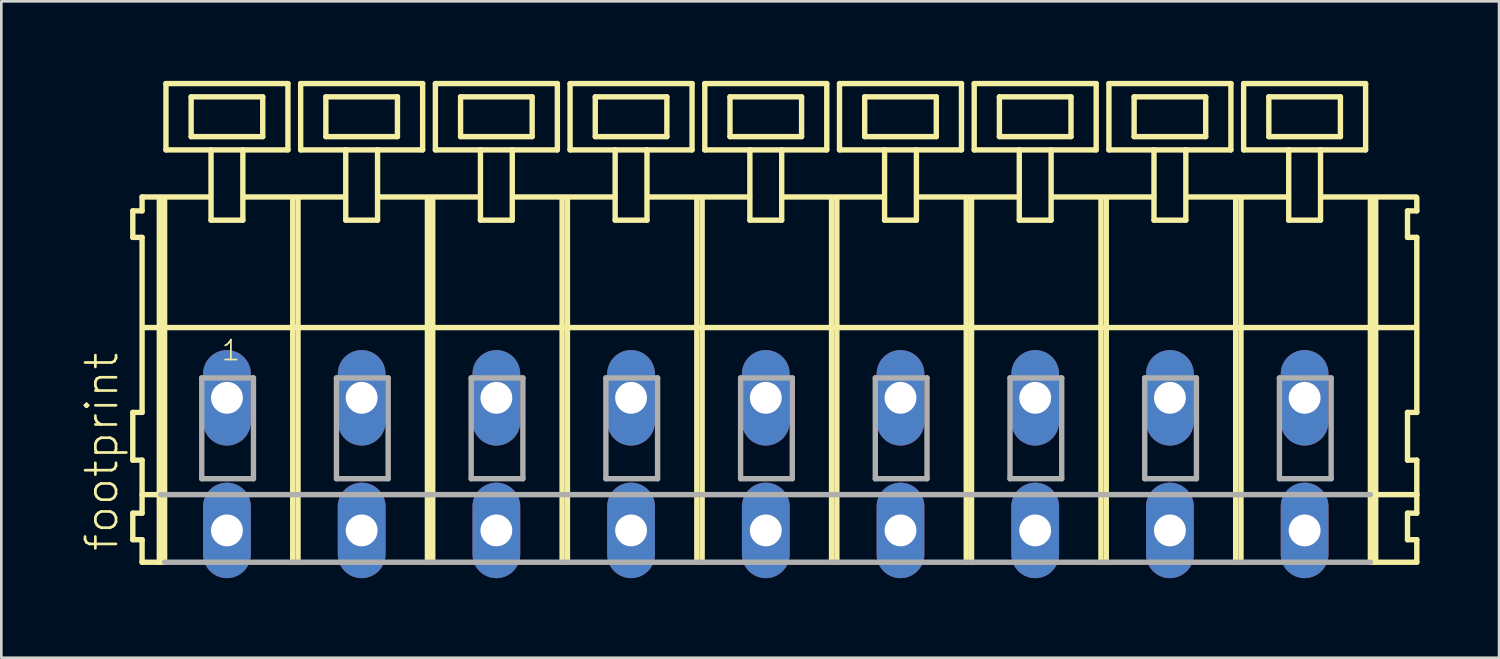
<source format=kicad_pcb>
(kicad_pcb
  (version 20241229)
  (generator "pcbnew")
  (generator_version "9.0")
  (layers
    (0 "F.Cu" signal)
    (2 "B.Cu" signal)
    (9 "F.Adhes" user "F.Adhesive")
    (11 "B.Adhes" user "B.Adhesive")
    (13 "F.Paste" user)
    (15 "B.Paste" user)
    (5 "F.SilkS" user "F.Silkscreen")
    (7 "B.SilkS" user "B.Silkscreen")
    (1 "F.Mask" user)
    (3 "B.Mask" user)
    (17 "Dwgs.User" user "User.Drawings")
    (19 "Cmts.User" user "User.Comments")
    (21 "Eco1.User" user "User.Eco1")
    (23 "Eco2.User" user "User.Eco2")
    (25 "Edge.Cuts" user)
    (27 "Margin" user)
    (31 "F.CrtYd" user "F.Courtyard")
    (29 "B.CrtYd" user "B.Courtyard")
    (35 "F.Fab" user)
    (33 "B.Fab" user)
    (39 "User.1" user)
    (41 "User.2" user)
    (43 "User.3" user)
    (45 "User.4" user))
  (footprint "footprint"
    (layer "F.Cu")
    (at 23.288 11.952)
    (property "Reference" "footprint" (at -21.815 5.855 90) (layer "F.SilkS") (effects (font (size 1.168 1.168) (thickness 0.102)) (justify left bottom)))
    (fp_line (start -21.33 -7.05) (end -21.33 -6.05) (stroke (width 0.203) (type solid)) (layer "F.SilkS"))
    (fp_line (start -21.33 -6.05) (end -20.98 -6.05) (stroke (width 0.203) (type solid)) (layer "F.SilkS"))
    (fp_line (start -21.33 0.55) (end -21.33 2.35) (stroke (width 0.203) (type solid)) (layer "F.SilkS"))
    (fp_line (start -21.33 2.35) (end -20.98 2.35) (stroke (width 0.203) (type solid)) (layer "F.SilkS"))
    (fp_line (start -21.33 4.35) (end -21.33 5.35) (stroke (width 0.203) (type solid)) (layer "F.SilkS"))
    (fp_line (start -21.33 5.35) (end -20.98 5.35) (stroke (width 0.203) (type solid)) (layer "F.SilkS"))
    (fp_line (start -20.98 -7.575) (end -20.98 -7.05) (stroke (width 0.203) (type solid)) (layer "F.SilkS"))
    (fp_line (start -20.98 -7.575) (end -18.405 -7.575) (stroke (width 0.203) (type solid)) (layer "F.SilkS"))
    (fp_line (start -20.98 -7.05) (end -21.33 -7.05) (stroke (width 0.203) (type solid)) (layer "F.SilkS"))
    (fp_line (start -20.98 -6.05) (end -20.98 0.55) (stroke (width 0.203) (type solid)) (layer "F.SilkS"))
    (fp_line (start -20.98 0.55) (end -21.33 0.55) (stroke (width 0.203) (type solid)) (layer "F.SilkS"))
    (fp_line (start -20.98 2.35) (end -20.98 4.35) (stroke (width 0.203) (type solid)) (layer "F.SilkS"))
    (fp_line (start -20.98 3.65) (end -20.28 3.65) (stroke (width 0.203) (type solid)) (layer "F.SilkS"))
    (fp_line (start -20.98 4.35) (end -21.33 4.35) (stroke (width 0.203) (type solid)) (layer "F.SilkS"))
    (fp_line (start -20.98 5.35) (end -20.98 6.2) (stroke (width 0.203) (type solid)) (layer "F.SilkS"))
    (fp_line (start -20.98 6.2) (end -20.33 6.2) (stroke (width 0.203) (type solid)) (layer "F.SilkS"))
    (fp_line (start -20.93 -2.65) (end 25.34 -2.65) (stroke (width 0.203) (type solid)) (layer "F.SilkS"))
    (fp_line (start -20.33 -7.55) (end -20.33 6.2) (stroke (width 0.203) (type solid)) (layer "F.SilkS"))
    (fp_line (start -20.33 6.2) (end -20.13 6.2) (stroke (width 0.203) (type solid)) (layer "F.SilkS"))
    (fp_line (start -20.13 -7.55) (end -20.13 6.2) (stroke (width 0.203) (type solid)) (layer "F.SilkS"))
    (fp_line (start -20.08 -11.85) (end -20.08 -9.35) (stroke (width 0.203) (type solid)) (layer "F.SilkS"))
    (fp_line (start -20.08 -9.35) (end -18.38 -9.35) (stroke (width 0.203) (type solid)) (layer "F.SilkS"))
    (fp_line (start -19.13 -11.35) (end -19.13 -9.85) (stroke (width 0.203) (type solid)) (layer "F.SilkS"))
    (fp_line (start -19.13 -9.85) (end -16.43 -9.85) (stroke (width 0.203) (type solid)) (layer "F.SilkS"))
    (fp_line (start -18.38 -9.35) (end -18.38 -6.7) (stroke (width 0.203) (type solid)) (layer "F.SilkS"))
    (fp_line (start -18.38 -9.35) (end -17.18 -9.35) (stroke (width 0.203) (type solid)) (layer "F.SilkS"))
    (fp_line (start -18.38 -6.7) (end -17.18 -6.7) (stroke (width 0.203) (type solid)) (layer "F.SilkS"))
    (fp_line (start -17.18 -9.35) (end -15.48 -9.35) (stroke (width 0.203) (type solid)) (layer "F.SilkS"))
    (fp_line (start -17.18 -6.7) (end -17.18 -9.35) (stroke (width 0.203) (type solid)) (layer "F.SilkS"))
    (fp_line (start -17.155 -7.575) (end -13.321 -7.575) (stroke (width 0.203) (type solid)) (layer "F.SilkS"))
    (fp_line (start -16.43 -11.35) (end -19.13 -11.35) (stroke (width 0.203) (type solid)) (layer "F.SilkS"))
    (fp_line (start -16.43 -9.85) (end -16.43 -11.35) (stroke (width 0.203) (type solid)) (layer "F.SilkS"))
    (fp_line (start -15.48 -11.85) (end -20.08 -11.85) (stroke (width 0.203) (type solid)) (layer "F.SilkS"))
    (fp_line (start -15.48 -9.35) (end -15.48 -11.85) (stroke (width 0.203) (type solid)) (layer "F.SilkS"))
    (fp_line (start -15.3 -7.55) (end -15.3 6.2) (stroke (width 0.203) (type solid)) (layer "F.SilkS"))
    (fp_line (start -15.1 -7.55) (end -15.1 6.2) (stroke (width 0.203) (type solid)) (layer "F.SilkS"))
    (fp_line (start -15 -11.85) (end -15 -9.35) (stroke (width 0.203) (type solid)) (layer "F.SilkS"))
    (fp_line (start -15 -9.35) (end -13.3 -9.35) (stroke (width 0.203) (type solid)) (layer "F.SilkS"))
    (fp_line (start -14.05 -11.35) (end -14.05 -9.85) (stroke (width 0.203) (type solid)) (layer "F.SilkS"))
    (fp_line (start -14.05 -9.85) (end -11.35 -9.85) (stroke (width 0.203) (type solid)) (layer "F.SilkS"))
    (fp_line (start -13.3 -9.35) (end -13.3 -6.7) (stroke (width 0.203) (type solid)) (layer "F.SilkS"))
    (fp_line (start -13.3 -9.35) (end -12.1 -9.35) (stroke (width 0.203) (type solid)) (layer "F.SilkS"))
    (fp_line (start -13.3 -6.7) (end -12.1 -6.7) (stroke (width 0.203) (type solid)) (layer "F.SilkS"))
    (fp_line (start -12.1 -9.35) (end -10.4 -9.35) (stroke (width 0.203) (type solid)) (layer "F.SilkS"))
    (fp_line (start -12.1 -6.7) (end -12.1 -9.35) (stroke (width 0.203) (type solid)) (layer "F.SilkS"))
    (fp_line (start -12.075 -7.575) (end -8.23 -7.575) (stroke (width 0.203) (type solid)) (layer "F.SilkS"))
    (fp_line (start -11.35 -11.35) (end -14.05 -11.35) (stroke (width 0.203) (type solid)) (layer "F.SilkS"))
    (fp_line (start -11.35 -9.85) (end -11.35 -11.35) (stroke (width 0.203) (type solid)) (layer "F.SilkS"))
    (fp_line (start -10.4 -11.85) (end -15 -11.85) (stroke (width 0.203) (type solid)) (layer "F.SilkS"))
    (fp_line (start -10.4 -9.35) (end -10.4 -11.85) (stroke (width 0.203) (type solid)) (layer "F.SilkS"))
    (fp_line (start -10.22 -7.55) (end -10.22 6.2) (stroke (width 0.203) (type solid)) (layer "F.SilkS"))
    (fp_line (start -10.02 -7.55) (end -10.02 6.2) (stroke (width 0.203) (type solid)) (layer "F.SilkS"))
    (fp_line (start -9.92 -11.85) (end -9.92 -9.35) (stroke (width 0.203) (type solid)) (layer "F.SilkS"))
    (fp_line (start -9.92 -9.35) (end -8.22 -9.35) (stroke (width 0.203) (type solid)) (layer "F.SilkS"))
    (fp_line (start -8.97 -11.35) (end -8.97 -9.85) (stroke (width 0.203) (type solid)) (layer "F.SilkS"))
    (fp_line (start -8.97 -9.85) (end -6.27 -9.85) (stroke (width 0.203) (type solid)) (layer "F.SilkS"))
    (fp_line (start -8.22 -9.35) (end -8.22 -6.7) (stroke (width 0.203) (type solid)) (layer "F.SilkS"))
    (fp_line (start -8.22 -9.35) (end -7.02 -9.35) (stroke (width 0.203) (type solid)) (layer "F.SilkS"))
    (fp_line (start -8.22 -6.7) (end -7.02 -6.7) (stroke (width 0.203) (type solid)) (layer "F.SilkS"))
    (fp_line (start -7.02 -9.35) (end -5.32 -9.35) (stroke (width 0.203) (type solid)) (layer "F.SilkS"))
    (fp_line (start -7.02 -6.7) (end -7.02 -9.35) (stroke (width 0.203) (type solid)) (layer "F.SilkS"))
    (fp_line (start -6.995 -7.575) (end -3.15 -7.575) (stroke (width 0.203) (type solid)) (layer "F.SilkS"))
    (fp_line (start -6.27 -11.35) (end -8.97 -11.35) (stroke (width 0.203) (type solid)) (layer "F.SilkS"))
    (fp_line (start -6.27 -9.85) (end -6.27 -11.35) (stroke (width 0.203) (type solid)) (layer "F.SilkS"))
    (fp_line (start -5.32 -11.85) (end -9.92 -11.85) (stroke (width 0.203) (type solid)) (layer "F.SilkS"))
    (fp_line (start -5.32 -9.35) (end -5.32 -11.85) (stroke (width 0.203) (type solid)) (layer "F.SilkS"))
    (fp_line (start -5.14 -7.55) (end -5.14 6.2) (stroke (width 0.203) (type solid)) (layer "F.SilkS"))
    (fp_line (start -4.94 -7.55) (end -4.94 6.2) (stroke (width 0.203) (type solid)) (layer "F.SilkS"))
    (fp_line (start -4.84 -11.85) (end -4.84 -9.35) (stroke (width 0.203) (type solid)) (layer "F.SilkS"))
    (fp_line (start -4.84 -9.35) (end -3.14 -9.35) (stroke (width 0.203) (type solid)) (layer "F.SilkS"))
    (fp_line (start -3.89 -11.35) (end -3.89 -9.85) (stroke (width 0.203) (type solid)) (layer "F.SilkS"))
    (fp_line (start -3.89 -9.85) (end -1.19 -9.85) (stroke (width 0.203) (type solid)) (layer "F.SilkS"))
    (fp_line (start -3.14 -9.35) (end -3.14 -6.7) (stroke (width 0.203) (type solid)) (layer "F.SilkS"))
    (fp_line (start -3.14 -9.35) (end -1.94 -9.35) (stroke (width 0.203) (type solid)) (layer "F.SilkS"))
    (fp_line (start -3.14 -6.7) (end -1.94 -6.7) (stroke (width 0.203) (type solid)) (layer "F.SilkS"))
    (fp_line (start -1.94 -9.35) (end -0.24 -9.35) (stroke (width 0.203) (type solid)) (layer "F.SilkS"))
    (fp_line (start -1.94 -6.7) (end -1.94 -9.35) (stroke (width 0.203) (type solid)) (layer "F.SilkS"))
    (fp_line (start -1.915 -7.575) (end 1.93 -7.575) (stroke (width 0.203) (type solid)) (layer "F.SilkS"))
    (fp_line (start -1.19 -11.35) (end -3.89 -11.35) (stroke (width 0.203) (type solid)) (layer "F.SilkS"))
    (fp_line (start -1.19 -9.85) (end -1.19 -11.35) (stroke (width 0.203) (type solid)) (layer "F.SilkS"))
    (fp_line (start -0.24 -11.85) (end -4.84 -11.85) (stroke (width 0.203) (type solid)) (layer "F.SilkS"))
    (fp_line (start -0.24 -9.35) (end -0.24 -11.85) (stroke (width 0.203) (type solid)) (layer "F.SilkS"))
    (fp_line (start -0.06 -7.55) (end -0.06 6.2) (stroke (width 0.203) (type solid)) (layer "F.SilkS"))
    (fp_line (start 0.14 -7.55) (end 0.14 6.2) (stroke (width 0.203) (type solid)) (layer "F.SilkS"))
    (fp_line (start 0.24 -11.85) (end 0.24 -9.35) (stroke (width 0.203) (type solid)) (layer "F.SilkS"))
    (fp_line (start 0.24 -9.35) (end 1.94 -9.35) (stroke (width 0.203) (type solid)) (layer "F.SilkS"))
    (fp_line (start 1.19 -11.35) (end 1.19 -9.85) (stroke (width 0.203) (type solid)) (layer "F.SilkS"))
    (fp_line (start 1.19 -9.85) (end 3.89 -9.85) (stroke (width 0.203) (type solid)) (layer "F.SilkS"))
    (fp_line (start 1.94 -9.35) (end 1.94 -6.7) (stroke (width 0.203) (type solid)) (layer "F.SilkS"))
    (fp_line (start 1.94 -9.35) (end 3.14 -9.35) (stroke (width 0.203) (type solid)) (layer "F.SilkS"))
    (fp_line (start 1.94 -6.7) (end 3.14 -6.7) (stroke (width 0.203) (type solid)) (layer "F.SilkS"))
    (fp_line (start 3.14 -9.35) (end 4.84 -9.35) (stroke (width 0.203) (type solid)) (layer "F.SilkS"))
    (fp_line (start 3.14 -6.7) (end 3.14 -9.35) (stroke (width 0.203) (type solid)) (layer "F.SilkS"))
    (fp_line (start 3.165 -7.575) (end 7.01 -7.575) (stroke (width 0.203) (type solid)) (layer "F.SilkS"))
    (fp_line (start 3.89 -11.35) (end 1.19 -11.35) (stroke (width 0.203) (type solid)) (layer "F.SilkS"))
    (fp_line (start 3.89 -9.85) (end 3.89 -11.35) (stroke (width 0.203) (type solid)) (layer "F.SilkS"))
    (fp_line (start 4.84 -11.85) (end 0.24 -11.85) (stroke (width 0.203) (type solid)) (layer "F.SilkS"))
    (fp_line (start 4.84 -9.35) (end 4.84 -11.85) (stroke (width 0.203) (type solid)) (layer "F.SilkS"))
    (fp_line (start 5.02 -7.55) (end 5.02 6.2) (stroke (width 0.203) (type solid)) (layer "F.SilkS"))
    (fp_line (start 5.22 -7.55) (end 5.22 6.2) (stroke (width 0.203) (type solid)) (layer "F.SilkS"))
    (fp_line (start 5.32 -11.85) (end 5.32 -9.35) (stroke (width 0.203) (type solid)) (layer "F.SilkS"))
    (fp_line (start 5.32 -9.35) (end 7.02 -9.35) (stroke (width 0.203) (type solid)) (layer "F.SilkS"))
    (fp_line (start 6.27 -11.35) (end 6.27 -9.85) (stroke (width 0.203) (type solid)) (layer "F.SilkS"))
    (fp_line (start 6.27 -9.85) (end 8.97 -9.85) (stroke (width 0.203) (type solid)) (layer "F.SilkS"))
    (fp_line (start 7.02 -9.35) (end 7.02 -6.7) (stroke (width 0.203) (type solid)) (layer "F.SilkS"))
    (fp_line (start 7.02 -9.35) (end 8.22 -9.35) (stroke (width 0.203) (type solid)) (layer "F.SilkS"))
    (fp_line (start 7.02 -6.7) (end 8.22 -6.7) (stroke (width 0.203) (type solid)) (layer "F.SilkS"))
    (fp_line (start 8.22 -9.35) (end 9.92 -9.35) (stroke (width 0.203) (type solid)) (layer "F.SilkS"))
    (fp_line (start 8.22 -6.7) (end 8.22 -9.35) (stroke (width 0.203) (type solid)) (layer "F.SilkS"))
    (fp_line (start 8.245 -7.575) (end 12.09 -7.575) (stroke (width 0.203) (type solid)) (layer "F.SilkS"))
    (fp_line (start 8.97 -11.35) (end 6.27 -11.35) (stroke (width 0.203) (type solid)) (layer "F.SilkS"))
    (fp_line (start 8.97 -9.85) (end 8.97 -11.35) (stroke (width 0.203) (type solid)) (layer "F.SilkS"))
    (fp_line (start 9.92 -11.85) (end 5.32 -11.85) (stroke (width 0.203) (type solid)) (layer "F.SilkS"))
    (fp_line (start 9.92 -9.35) (end 9.92 -11.85) (stroke (width 0.203) (type solid)) (layer "F.SilkS"))
    (fp_line (start 10.1 -7.55) (end 10.1 6.2) (stroke (width 0.203) (type solid)) (layer "F.SilkS"))
    (fp_line (start 10.3 -7.55) (end 10.3 6.2) (stroke (width 0.203) (type solid)) (layer "F.SilkS"))
    (fp_line (start 10.4 -11.85) (end 10.4 -9.35) (stroke (width 0.203) (type solid)) (layer "F.SilkS"))
    (fp_line (start 10.4 -9.35) (end 12.1 -9.35) (stroke (width 0.203) (type solid)) (layer "F.SilkS"))
    (fp_line (start 11.35 -11.35) (end 11.35 -9.85) (stroke (width 0.203) (type solid)) (layer "F.SilkS"))
    (fp_line (start 11.35 -9.85) (end 14.05 -9.85) (stroke (width 0.203) (type solid)) (layer "F.SilkS"))
    (fp_line (start 12.1 -9.35) (end 12.1 -6.7) (stroke (width 0.203) (type solid)) (layer "F.SilkS"))
    (fp_line (start 12.1 -9.35) (end 13.3 -9.35) (stroke (width 0.203) (type solid)) (layer "F.SilkS"))
    (fp_line (start 12.1 -6.7) (end 13.3 -6.7) (stroke (width 0.203) (type solid)) (layer "F.SilkS"))
    (fp_line (start 13.3 -9.35) (end 15 -9.35) (stroke (width 0.203) (type solid)) (layer "F.SilkS"))
    (fp_line (start 13.3 -6.7) (end 13.3 -9.35) (stroke (width 0.203) (type solid)) (layer "F.SilkS"))
    (fp_line (start 13.325 -7.575) (end 17.17 -7.575) (stroke (width 0.203) (type solid)) (layer "F.SilkS"))
    (fp_line (start 14.05 -11.35) (end 11.35 -11.35) (stroke (width 0.203) (type solid)) (layer "F.SilkS"))
    (fp_line (start 14.05 -9.85) (end 14.05 -11.35) (stroke (width 0.203) (type solid)) (layer "F.SilkS"))
    (fp_line (start 15 -11.85) (end 10.4 -11.85) (stroke (width 0.203) (type solid)) (layer "F.SilkS"))
    (fp_line (start 15 -9.35) (end 15 -11.85) (stroke (width 0.203) (type solid)) (layer "F.SilkS"))
    (fp_line (start 15.18 -7.55) (end 15.18 6.2) (stroke (width 0.203) (type solid)) (layer "F.SilkS"))
    (fp_line (start 15.38 -7.55) (end 15.38 6.2) (stroke (width 0.203) (type solid)) (layer "F.SilkS"))
    (fp_line (start 15.48 -11.85) (end 15.48 -9.35) (stroke (width 0.203) (type solid)) (layer "F.SilkS"))
    (fp_line (start 15.48 -9.35) (end 17.18 -9.35) (stroke (width 0.203) (type solid)) (layer "F.SilkS"))
    (fp_line (start 16.43 -11.35) (end 16.43 -9.85) (stroke (width 0.203) (type solid)) (layer "F.SilkS"))
    (fp_line (start 16.43 -9.85) (end 19.13 -9.85) (stroke (width 0.203) (type solid)) (layer "F.SilkS"))
    (fp_line (start 17.18 -9.35) (end 17.18 -6.7) (stroke (width 0.203) (type solid)) (layer "F.SilkS"))
    (fp_line (start 17.18 -9.35) (end 18.38 -9.35) (stroke (width 0.203) (type solid)) (layer "F.SilkS"))
    (fp_line (start 17.18 -6.7) (end 18.38 -6.7) (stroke (width 0.203) (type solid)) (layer "F.SilkS"))
    (fp_line (start 18.38 -9.35) (end 20.08 -9.35) (stroke (width 0.203) (type solid)) (layer "F.SilkS"))
    (fp_line (start 18.38 -6.7) (end 18.38 -9.35) (stroke (width 0.203) (type solid)) (layer "F.SilkS"))
    (fp_line (start 18.405 -7.575) (end 22.25 -7.575) (stroke (width 0.203) (type solid)) (layer "F.SilkS"))
    (fp_line (start 19.13 -11.35) (end 16.43 -11.35) (stroke (width 0.203) (type solid)) (layer "F.SilkS"))
    (fp_line (start 19.13 -9.85) (end 19.13 -11.35) (stroke (width 0.203) (type solid)) (layer "F.SilkS"))
    (fp_line (start 20.08 -11.85) (end 15.48 -11.85) (stroke (width 0.203) (type solid)) (layer "F.SilkS"))
    (fp_line (start 20.08 -9.35) (end 20.08 -11.85) (stroke (width 0.203) (type solid)) (layer "F.SilkS"))
    (fp_line (start 20.26 -7.55) (end 20.26 6.2) (stroke (width 0.203) (type solid)) (layer "F.SilkS"))
    (fp_line (start 20.46 -7.55) (end 20.46 6.2) (stroke (width 0.203) (type solid)) (layer "F.SilkS"))
    (fp_line (start 20.56 -11.85) (end 20.56 -9.35) (stroke (width 0.203) (type solid)) (layer "F.SilkS"))
    (fp_line (start 20.56 -9.35) (end 22.26 -9.35) (stroke (width 0.203) (type solid)) (layer "F.SilkS"))
    (fp_line (start 21.51 -11.35) (end 21.51 -9.85) (stroke (width 0.203) (type solid)) (layer "F.SilkS"))
    (fp_line (start 21.51 -9.85) (end 24.21 -9.85) (stroke (width 0.203) (type solid)) (layer "F.SilkS"))
    (fp_line (start 22.26 -9.35) (end 22.26 -6.7) (stroke (width 0.203) (type solid)) (layer "F.SilkS"))
    (fp_line (start 22.26 -9.35) (end 23.46 -9.35) (stroke (width 0.203) (type solid)) (layer "F.SilkS"))
    (fp_line (start 22.26 -6.7) (end 23.46 -6.7) (stroke (width 0.203) (type solid)) (layer "F.SilkS"))
    (fp_line (start 23.46 -9.35) (end 25.16 -9.35) (stroke (width 0.203) (type solid)) (layer "F.SilkS"))
    (fp_line (start 23.46 -6.7) (end 23.46 -9.35) (stroke (width 0.203) (type solid)) (layer "F.SilkS"))
    (fp_line (start 23.47 -7.575) (end 27.065 -7.575) (stroke (width 0.203) (type solid)) (layer "F.SilkS"))
    (fp_line (start 24.21 -11.35) (end 21.51 -11.35) (stroke (width 0.203) (type solid)) (layer "F.SilkS"))
    (fp_line (start 24.21 -9.85) (end 24.21 -11.35) (stroke (width 0.203) (type solid)) (layer "F.SilkS"))
    (fp_line (start 25.16 -11.85) (end 20.56 -11.85) (stroke (width 0.203) (type solid)) (layer "F.SilkS"))
    (fp_line (start 25.16 -9.35) (end 25.16 -11.85) (stroke (width 0.203) (type solid)) (layer "F.SilkS"))
    (fp_line (start 25.34 -7.55) (end 25.34 -2.65) (stroke (width 0.203) (type solid)) (layer "F.SilkS"))
    (fp_line (start 25.34 -2.65) (end 25.34 6.2) (stroke (width 0.203) (type solid)) (layer "F.SilkS"))
    (fp_line (start 25.34 -2.65) (end 27.04 -2.65) (stroke (width 0.203) (type solid)) (layer "F.SilkS"))
    (fp_line (start 25.34 6.2) (end 27.09 6.2) (stroke (width 0.203) (type solid)) (layer "F.SilkS"))
    (fp_line (start 25.39 3.65) (end 27.09 3.65) (stroke (width 0.203) (type solid)) (layer "F.SilkS"))
    (fp_line (start 25.54 -7.55) (end 25.54 6.2) (stroke (width 0.203) (type solid)) (layer "F.SilkS"))
    (fp_line (start 26.74 -7.05) (end 26.74 -6.05) (stroke (width 0.203) (type solid)) (layer "F.SilkS"))
    (fp_line (start 26.74 -6.05) (end 27.09 -6.05) (stroke (width 0.203) (type solid)) (layer "F.SilkS"))
    (fp_line (start 26.74 0.55) (end 26.74 2.35) (stroke (width 0.203) (type solid)) (layer "F.SilkS"))
    (fp_line (start 26.74 2.35) (end 27.09 2.35) (stroke (width 0.203) (type solid)) (layer "F.SilkS"))
    (fp_line (start 26.74 4.35) (end 26.74 5.35) (stroke (width 0.203) (type solid)) (layer "F.SilkS"))
    (fp_line (start 26.74 5.35) (end 27.09 5.35) (stroke (width 0.203) (type solid)) (layer "F.SilkS"))
    (fp_line (start 27.09 -7.05) (end 26.74 -7.05) (stroke (width 0.203) (type solid)) (layer "F.SilkS"))
    (fp_line (start 27.09 -7.05) (end 27.09 -7.55) (stroke (width 0.203) (type solid)) (layer "F.SilkS"))
    (fp_line (start 27.09 0.55) (end 26.74 0.55) (stroke (width 0.203) (type solid)) (layer "F.SilkS"))
    (fp_line (start 27.09 0.55) (end 27.09 -6.05) (stroke (width 0.203) (type solid)) (layer "F.SilkS"))
    (fp_line (start 27.09 3.65) (end 27.09 2.35) (stroke (width 0.203) (type solid)) (layer "F.SilkS"))
    (fp_line (start 27.09 4.35) (end 26.74 4.35) (stroke (width 0.203) (type solid)) (layer "F.SilkS"))
    (fp_line (start 27.09 4.35) (end 27.09 3.65) (stroke (width 0.203) (type solid)) (layer "F.SilkS"))
    (fp_line (start 27.09 6.2) (end 27.09 5.35) (stroke (width 0.203) (type solid)) (layer "F.SilkS"))
    (fp_line (start -20.28 3.65) (end 25.34 3.65) (stroke (width 0.203) (type solid)) (layer "F.Fab"))
    (fp_line (start -20.13 6.2) (end 25.34 6.2) (stroke (width 0.203) (type solid)) (layer "F.Fab"))
    (fp_line (start -18.73 -0.75) (end -18.73 3.05) (stroke (width 0.203) (type solid)) (layer "F.Fab"))
    (fp_line (start -18.73 3.05) (end -16.78 3.05) (stroke (width 0.203) (type solid)) (layer "F.Fab"))
    (fp_line (start -16.78 -0.75) (end -18.73 -0.75) (stroke (width 0.203) (type solid)) (layer "F.Fab"))
    (fp_line (start -16.78 3.05) (end -16.78 -0.75) (stroke (width 0.203) (type solid)) (layer "F.Fab"))
    (fp_line (start -13.65 -0.75) (end -13.65 3.05) (stroke (width 0.203) (type solid)) (layer "F.Fab"))
    (fp_line (start -13.65 3.05) (end -11.7 3.05) (stroke (width 0.203) (type solid)) (layer "F.Fab"))
    (fp_line (start -11.7 -0.75) (end -13.65 -0.75) (stroke (width 0.203) (type solid)) (layer "F.Fab"))
    (fp_line (start -11.7 3.05) (end -11.7 -0.75) (stroke (width 0.203) (type solid)) (layer "F.Fab"))
    (fp_line (start -8.57 -0.75) (end -8.57 3.05) (stroke (width 0.203) (type solid)) (layer "F.Fab"))
    (fp_line (start -8.57 3.05) (end -6.62 3.05) (stroke (width 0.203) (type solid)) (layer "F.Fab"))
    (fp_line (start -6.62 -0.75) (end -8.57 -0.75) (stroke (width 0.203) (type solid)) (layer "F.Fab"))
    (fp_line (start -6.62 3.05) (end -6.62 -0.75) (stroke (width 0.203) (type solid)) (layer "F.Fab"))
    (fp_line (start -3.49 -0.75) (end -3.49 3.05) (stroke (width 0.203) (type solid)) (layer "F.Fab"))
    (fp_line (start -3.49 3.05) (end -1.54 3.05) (stroke (width 0.203) (type solid)) (layer "F.Fab"))
    (fp_line (start -1.54 -0.75) (end -3.49 -0.75) (stroke (width 0.203) (type solid)) (layer "F.Fab"))
    (fp_line (start -1.54 3.05) (end -1.54 -0.75) (stroke (width 0.203) (type solid)) (layer "F.Fab"))
    (fp_line (start 1.59 -0.75) (end 1.59 3.05) (stroke (width 0.203) (type solid)) (layer "F.Fab"))
    (fp_line (start 1.59 3.05) (end 3.54 3.05) (stroke (width 0.203) (type solid)) (layer "F.Fab"))
    (fp_line (start 3.54 -0.75) (end 1.59 -0.75) (stroke (width 0.203) (type solid)) (layer "F.Fab"))
    (fp_line (start 3.54 3.05) (end 3.54 -0.75) (stroke (width 0.203) (type solid)) (layer "F.Fab"))
    (fp_line (start 6.67 -0.75) (end 6.67 3.05) (stroke (width 0.203) (type solid)) (layer "F.Fab"))
    (fp_line (start 6.67 3.05) (end 8.62 3.05) (stroke (width 0.203) (type solid)) (layer "F.Fab"))
    (fp_line (start 8.62 -0.75) (end 6.67 -0.75) (stroke (width 0.203) (type solid)) (layer "F.Fab"))
    (fp_line (start 8.62 3.05) (end 8.62 -0.75) (stroke (width 0.203) (type solid)) (layer "F.Fab"))
    (fp_line (start 11.75 -0.75) (end 11.75 3.05) (stroke (width 0.203) (type solid)) (layer "F.Fab"))
    (fp_line (start 11.75 3.05) (end 13.7 3.05) (stroke (width 0.203) (type solid)) (layer "F.Fab"))
    (fp_line (start 13.7 -0.75) (end 11.75 -0.75) (stroke (width 0.203) (type solid)) (layer "F.Fab"))
    (fp_line (start 13.7 3.05) (end 13.7 -0.75) (stroke (width 0.203) (type solid)) (layer "F.Fab"))
    (fp_line (start 16.83 -0.75) (end 16.83 3.05) (stroke (width 0.203) (type solid)) (layer "F.Fab"))
    (fp_line (start 16.83 3.05) (end 18.78 3.05) (stroke (width 0.203) (type solid)) (layer "F.Fab"))
    (fp_line (start 18.78 -0.75) (end 16.83 -0.75) (stroke (width 0.203) (type solid)) (layer "F.Fab"))
    (fp_line (start 18.78 3.05) (end 18.78 -0.75) (stroke (width 0.203) (type solid)) (layer "F.Fab"))
    (fp_line (start 21.91 -0.75) (end 21.91 3.05) (stroke (width 0.203) (type solid)) (layer "F.Fab"))
    (fp_line (start 21.91 3.05) (end 23.86 3.05) (stroke (width 0.203) (type solid)) (layer "F.Fab"))
    (fp_line (start 23.86 -0.75) (end 21.91 -0.75) (stroke (width 0.203) (type solid)) (layer "F.Fab"))
    (fp_line (start 23.86 3.05) (end 23.86 -0.75) (stroke (width 0.203) (type solid)) (layer "F.Fab"))
    (fp_text user "1" (at -18.03 -1.35 0) (layer "F.SilkS") (effects (font (size 0.748 0.748) (thickness 0.065)) (justify left bottom)))
    (pad "A1" thru_hole oval (at -17.78 0 90) (size 3.6 1.8) (drill 1.2) (layers "*.Cu" "*.Mask"))
    (pad "A2" thru_hole oval (at -12.7 0 90) (size 3.6 1.8) (drill 1.2) (layers "*.Cu" "*.Mask"))
    (pad "A3" thru_hole oval (at -7.62 0 90) (size 3.6 1.8) (drill 1.2) (layers "*.Cu" "*.Mask"))
    (pad "A4" thru_hole oval (at -2.54 0 90) (size 3.6 1.8) (drill 1.2) (layers "*.Cu" "*.Mask"))
    (pad "A5" thru_hole oval (at 2.54 0 90) (size 3.6 1.8) (drill 1.2) (layers "*.Cu" "*.Mask"))
    (pad "A6" thru_hole oval (at 7.62 0 90) (size 3.6 1.8) (drill 1.2) (layers "*.Cu" "*.Mask"))
    (pad "A7" thru_hole oval (at 12.7 0 90) (size 3.6 1.8) (drill 1.2) (layers "*.Cu" "*.Mask"))
    (pad "A8" thru_hole oval (at 17.78 0 90) (size 3.6 1.8) (drill 1.2) (layers "*.Cu" "*.Mask"))
    (pad "A9" thru_hole oval (at 22.86 0 90) (size 3.6 1.8) (drill 1.2) (layers "*.Cu" "*.Mask"))
    (pad "B1" thru_hole oval (at -17.78 5 90) (size 3.6 1.8) (drill 1.2) (layers "*.Cu" "*.Mask"))
    (pad "B2" thru_hole oval (at -12.7 5 90) (size 3.6 1.8) (drill 1.2) (layers "*.Cu" "*.Mask"))
    (pad "B3" thru_hole oval (at -7.62 5 90) (size 3.6 1.8) (drill 1.2) (layers "*.Cu" "*.Mask"))
    (pad "B4" thru_hole oval (at -2.54 5 90) (size 3.6 1.8) (drill 1.2) (layers "*.Cu" "*.Mask"))
    (pad "B5" thru_hole oval (at 2.54 5 90) (size 3.6 1.8) (drill 1.2) (layers "*.Cu" "*.Mask"))
    (pad "B6" thru_hole oval (at 7.62 5 90) (size 3.6 1.8) (drill 1.2) (layers "*.Cu" "*.Mask"))
    (pad "B7" thru_hole oval (at 12.7 5 90) (size 3.6 1.8) (drill 1.2) (layers "*.Cu" "*.Mask"))
    (pad "B8" thru_hole oval (at 17.78 5 90) (size 3.6 1.8) (drill 1.2) (layers "*.Cu" "*.Mask"))
    (pad "B9" thru_hole oval (at 22.86 5 90) (size 3.6 1.8) (drill 1.2) (layers "*.Cu" "*.Mask")))
  (gr_rect
    (start -3 -3)
    (end 53.48 21.752)
    (stroke (width 0.1) (type default))
    (fill no)
    (layer "Edge.Cuts")))
</source>
